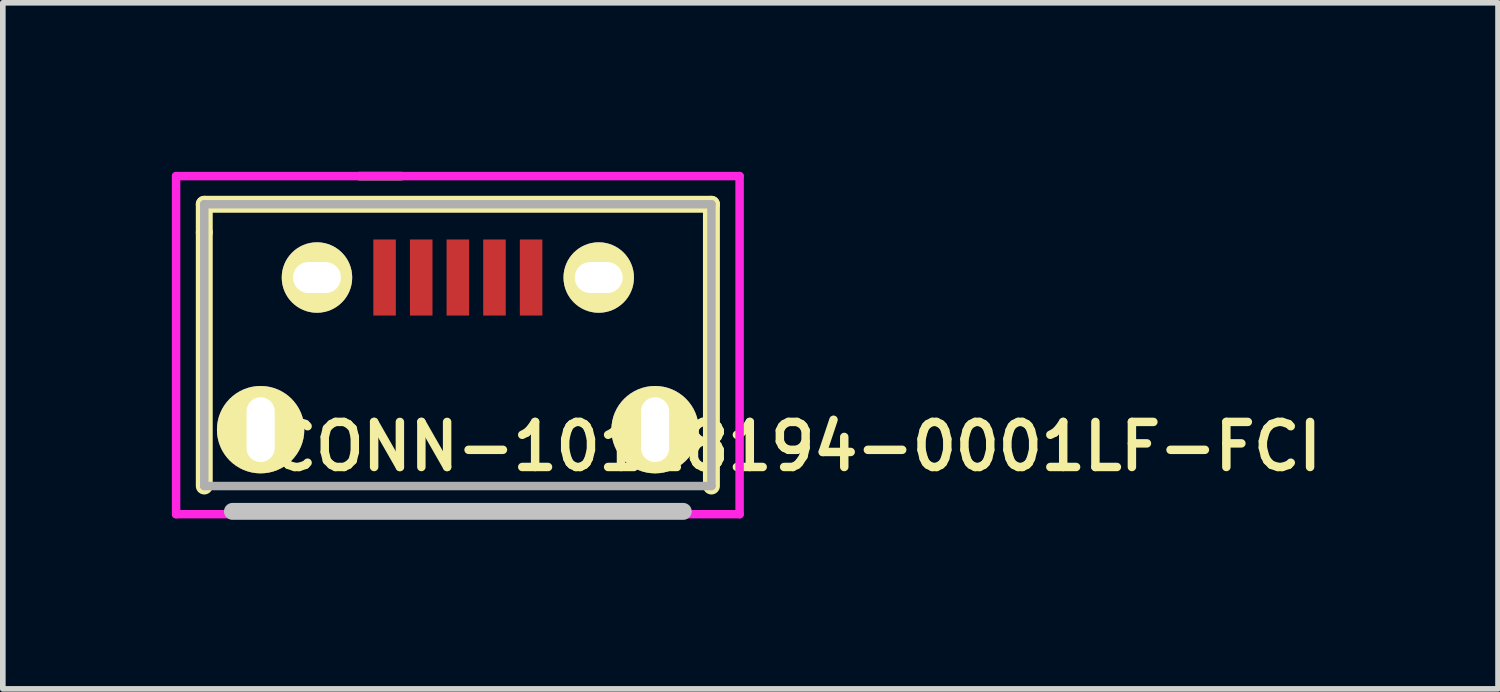
<source format=kicad_pcb>
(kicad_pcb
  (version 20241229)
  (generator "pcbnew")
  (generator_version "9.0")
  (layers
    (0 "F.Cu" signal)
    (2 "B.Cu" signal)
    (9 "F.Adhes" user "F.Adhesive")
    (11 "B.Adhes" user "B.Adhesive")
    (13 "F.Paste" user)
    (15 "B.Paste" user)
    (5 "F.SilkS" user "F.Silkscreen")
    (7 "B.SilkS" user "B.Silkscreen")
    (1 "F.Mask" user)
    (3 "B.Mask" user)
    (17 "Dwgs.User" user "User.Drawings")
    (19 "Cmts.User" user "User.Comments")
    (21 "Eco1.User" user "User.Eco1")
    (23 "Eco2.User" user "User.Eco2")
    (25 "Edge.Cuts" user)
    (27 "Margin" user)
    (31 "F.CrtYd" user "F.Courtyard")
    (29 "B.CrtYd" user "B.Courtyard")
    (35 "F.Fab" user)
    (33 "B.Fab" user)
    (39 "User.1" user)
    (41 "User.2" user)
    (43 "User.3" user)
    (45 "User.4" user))
  (footprint "CONN-10118194-0001LF-FCI"
    (layer "F.Cu")
    (at 5.075 4.575)
    (property "Reference" "CONN-10118194-0001LF-FCI" (at 6 0.3 0) (layer "F.SilkS") (effects (font (size 0.8 0.8) (thickness 0.15))))
    (attr smd)
    (fp_line (start -4.5 -4) (end 4.5 -4) (stroke (width 0.3) (type solid)) (layer "F.SilkS"))
    (fp_line (start -4.5 -3.5) (end -4.5 -4) (stroke (width 0.3) (type solid)) (layer "F.SilkS"))
    (fp_line (start -4.5 1) (end -4.5 -3.5) (stroke (width 0.3) (type solid)) (layer "F.SilkS"))
    (fp_line (start -1.75 -4.5) (end -1 -4.5) (stroke (width 0.15) (type solid)) (layer "F.SilkS"))
    (fp_line (start 4.5 -4) (end 4.5 1) (stroke (width 0.3) (type solid)) (layer "F.SilkS"))
    (fp_line (start -4 1.45) (end 4 1.45) (stroke (width 0.3) (type solid)) (layer "Dwgs.User"))
    (fp_line (start -5 -4.5) (end 5 -4.5) (stroke (width 0.15) (type solid)) (layer "F.CrtYd"))
    (fp_line (start -5 1.5) (end -5 -4.5) (stroke (width 0.15) (type solid)) (layer "F.CrtYd"))
    (fp_line (start 5 -4.5) (end 5 1.5) (stroke (width 0.15) (type solid)) (layer "F.CrtYd"))
    (fp_line (start 5 1.5) (end -5 1.5) (stroke (width 0.15) (type solid)) (layer "F.CrtYd"))
    (fp_line (start -4.5 -4) (end -4.5 1) (stroke (width 0.15) (type solid)) (layer "F.Fab"))
    (fp_line (start -4.5 1) (end 4.5 1) (stroke (width 0.15) (type solid)) (layer "F.Fab"))
    (fp_line (start 4.5 -4) (end -4.5 -4) (stroke (width 0.15) (type solid)) (layer "F.Fab"))
    (fp_line (start 4.5 1) (end 4.5 -4) (stroke (width 0.15) (type solid)) (layer "F.Fab"))
    (pad "1" smd rect (at -1.3 -2.7) (size 0.4 1.35) (layers "F.Cu" "F.Mask" "F.Paste"))
    (pad "2" smd rect (at -0.65 -2.7) (size 0.4 1.35) (layers "F.Cu" "F.Mask" "F.Paste"))
    (pad "3" smd rect (at 0 -2.7) (size 0.4 1.35) (layers "F.Cu" "F.Mask" "F.Paste"))
    (pad "4" smd rect (at 0.65 -2.7) (size 0.4 1.35) (layers "F.Cu" "F.Mask" "F.Paste"))
    (pad "5" smd rect (at 1.3 -2.7) (size 0.4 1.35) (layers "F.Cu" "F.Mask" "F.Paste"))
    (pad "SH" thru_hole oval (at -3.5 0) (size 1.55 1.55) (drill oval 0.5 1.15) (layers "*.Cu" "*.Mask" "F.SilkS"))
    (pad "SH" thru_hole oval (at -2.5 -2.7) (size 1.25 1.25) (drill oval 0.85 0.55) (layers "*.Cu" "*.Mask" "F.SilkS"))
    (pad "SH" thru_hole oval (at 2.5 -2.7) (size 1.25 1.25) (drill oval 0.85 0.55) (layers "*.Cu" "*.Mask" "F.SilkS"))
    (pad "SH" thru_hole oval (at 3.5 0) (size 1.55 1.55) (drill oval 0.5 1.15) (layers "*.Cu" "*.Mask" "F.SilkS")))
  (gr_rect
    (start -3 -3)
    (end 23.534 9.175)
    (stroke (width 0.1) (type default))
    (fill no)
    (layer "Edge.Cuts")))
</source>
